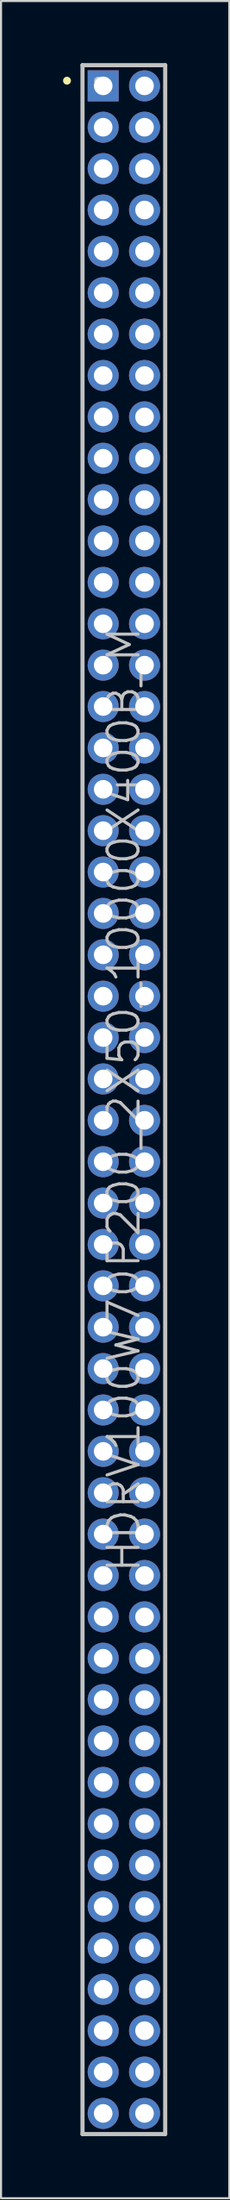
<source format=kicad_pcb>
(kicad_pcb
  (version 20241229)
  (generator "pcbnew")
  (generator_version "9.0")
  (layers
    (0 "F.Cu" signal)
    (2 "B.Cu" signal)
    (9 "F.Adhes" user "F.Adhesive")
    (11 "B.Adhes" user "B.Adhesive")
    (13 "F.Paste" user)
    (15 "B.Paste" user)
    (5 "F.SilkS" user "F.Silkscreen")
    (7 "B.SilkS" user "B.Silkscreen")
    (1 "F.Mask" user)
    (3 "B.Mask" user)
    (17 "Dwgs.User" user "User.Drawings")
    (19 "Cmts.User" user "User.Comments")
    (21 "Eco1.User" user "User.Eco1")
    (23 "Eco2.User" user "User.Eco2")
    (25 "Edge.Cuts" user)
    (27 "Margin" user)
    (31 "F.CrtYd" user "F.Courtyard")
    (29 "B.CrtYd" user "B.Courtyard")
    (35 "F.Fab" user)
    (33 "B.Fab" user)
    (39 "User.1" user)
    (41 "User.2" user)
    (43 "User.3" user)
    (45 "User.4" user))
  (footprint "HDRV100W70P200_2X50_10000X400B_M"
    (layer "F.Cu")
    (at 2.941 50.1)
    (property "Reference" "HDRV100W70P200_2X50_10000X400B_M" (at 0 0 90) (layer "Dwgs.User") (effects (font (size 1.5 1.5) (thickness 0.15))))
    (attr through_hole)
    (fp_line (start -2.75 -49.25) (end -2.75 -49.25) (stroke (width 0.381) (type solid)) (layer "F.SilkS"))
    (fp_line (start -2 -50) (end -2 50) (stroke (width 0.2) (type solid)) (layer "Dwgs.User"))
    (fp_line (start -2 -50) (end 2 -50) (stroke (width 0.2) (type solid)) (layer "Dwgs.User"))
    (fp_line (start -2 50) (end 2 50) (stroke (width 0.2) (type solid)) (layer "Dwgs.User"))
    (fp_line (start -1.25 -49.25) (end -1.25 -49.25) (stroke (width 0.381) (type solid)) (layer "Dwgs.User"))
    (fp_line (start 2 -50) (end 2 50) (stroke (width 0.2) (type solid)) (layer "Dwgs.User"))
    (pad "1" thru_hole rect (at -1 -49) (size 1.5 1.5) (drill 0.9) (layers "*.Cu" "*.Mask"))
    (pad "2" thru_hole circle (at 1 -49 270) (size 1.5 1.5) (drill 0.9) (layers "*.Cu" "*.Mask"))
    (pad "3" thru_hole circle (at -1 -47 270) (size 1.5 1.5) (drill 0.9) (layers "*.Cu" "*.Mask"))
    (pad "4" thru_hole circle (at 1 -47 270) (size 1.5 1.5) (drill 0.9) (layers "*.Cu" "*.Mask"))
    (pad "5" thru_hole circle (at -1 -45 270) (size 1.5 1.5) (drill 0.9) (layers "*.Cu" "*.Mask"))
    (pad "6" thru_hole circle (at 1 -45 270) (size 1.5 1.5) (drill 0.9) (layers "*.Cu" "*.Mask"))
    (pad "7" thru_hole circle (at -1 -43 270) (size 1.5 1.5) (drill 0.9) (layers "*.Cu" "*.Mask"))
    (pad "8" thru_hole circle (at 1 -43 270) (size 1.5 1.5) (drill 0.9) (layers "*.Cu" "*.Mask"))
    (pad "9" thru_hole circle (at -1 -41 270) (size 1.5 1.5) (drill 0.9) (layers "*.Cu" "*.Mask"))
    (pad "10" thru_hole circle (at 1 -41 270) (size 1.5 1.5) (drill 0.9) (layers "*.Cu" "*.Mask"))
    (pad "11" thru_hole circle (at -1 -39 270) (size 1.5 1.5) (drill 0.9) (layers "*.Cu" "*.Mask"))
    (pad "12" thru_hole circle (at 1 -39 270) (size 1.5 1.5) (drill 0.9) (layers "*.Cu" "*.Mask"))
    (pad "13" thru_hole circle (at -1 -37 270) (size 1.5 1.5) (drill 0.9) (layers "*.Cu" "*.Mask"))
    (pad "14" thru_hole circle (at 1 -37 270) (size 1.5 1.5) (drill 0.9) (layers "*.Cu" "*.Mask"))
    (pad "15" thru_hole circle (at -1 -35 270) (size 1.5 1.5) (drill 0.9) (layers "*.Cu" "*.Mask"))
    (pad "16" thru_hole circle (at 1 -35 270) (size 1.5 1.5) (drill 0.9) (layers "*.Cu" "*.Mask"))
    (pad "17" thru_hole circle (at -1 -33 270) (size 1.5 1.5) (drill 0.9) (layers "*.Cu" "*.Mask"))
    (pad "18" thru_hole circle (at 1 -33 270) (size 1.5 1.5) (drill 0.9) (layers "*.Cu" "*.Mask"))
    (pad "19" thru_hole circle (at -1 -31 270) (size 1.5 1.5) (drill 0.9) (layers "*.Cu" "*.Mask"))
    (pad "20" thru_hole circle (at 1 -31 270) (size 1.5 1.5) (drill 0.9) (layers "*.Cu" "*.Mask"))
    (pad "21" thru_hole circle (at -1 -29 270) (size 1.5 1.5) (drill 0.9) (layers "*.Cu" "*.Mask"))
    (pad "22" thru_hole circle (at 1 -29 270) (size 1.5 1.5) (drill 0.9) (layers "*.Cu" "*.Mask"))
    (pad "23" thru_hole circle (at -1 -27 270) (size 1.5 1.5) (drill 0.9) (layers "*.Cu" "*.Mask"))
    (pad "24" thru_hole circle (at 1 -27 270) (size 1.5 1.5) (drill 0.9) (layers "*.Cu" "*.Mask"))
    (pad "25" thru_hole circle (at -1 -25 270) (size 1.5 1.5) (drill 0.9) (layers "*.Cu" "*.Mask"))
    (pad "26" thru_hole circle (at 1 -25 270) (size 1.5 1.5) (drill 0.9) (layers "*.Cu" "*.Mask"))
    (pad "27" thru_hole circle (at -1 -23 270) (size 1.5 1.5) (drill 0.9) (layers "*.Cu" "*.Mask"))
    (pad "28" thru_hole circle (at 1 -23 270) (size 1.5 1.5) (drill 0.9) (layers "*.Cu" "*.Mask"))
    (pad "29" thru_hole circle (at -1 -21 270) (size 1.5 1.5) (drill 0.9) (layers "*.Cu" "*.Mask"))
    (pad "30" thru_hole circle (at 1 -21 270) (size 1.5 1.5) (drill 0.9) (layers "*.Cu" "*.Mask"))
    (pad "31" thru_hole circle (at -1 -19 270) (size 1.5 1.5) (drill 0.9) (layers "*.Cu" "*.Mask"))
    (pad "32" thru_hole circle (at 1 -19 270) (size 1.5 1.5) (drill 0.9) (layers "*.Cu" "*.Mask"))
    (pad "33" thru_hole circle (at -1 -17 270) (size 1.5 1.5) (drill 0.9) (layers "*.Cu" "*.Mask"))
    (pad "34" thru_hole circle (at 1 -17 270) (size 1.5 1.5) (drill 0.9) (layers "*.Cu" "*.Mask"))
    (pad "35" thru_hole circle (at -1 -15 270) (size 1.5 1.5) (drill 0.9) (layers "*.Cu" "*.Mask"))
    (pad "36" thru_hole circle (at 1 -15 270) (size 1.5 1.5) (drill 0.9) (layers "*.Cu" "*.Mask"))
    (pad "37" thru_hole circle (at -1 -13 270) (size 1.5 1.5) (drill 0.9) (layers "*.Cu" "*.Mask"))
    (pad "38" thru_hole circle (at 1 -13 270) (size 1.5 1.5) (drill 0.9) (layers "*.Cu" "*.Mask"))
    (pad "39" thru_hole circle (at -1 -11 270) (size 1.5 1.5) (drill 0.9) (layers "*.Cu" "*.Mask"))
    (pad "40" thru_hole circle (at 1 -11 270) (size 1.5 1.5) (drill 0.9) (layers "*.Cu" "*.Mask"))
    (pad "41" thru_hole circle (at -1 -9 270) (size 1.5 1.5) (drill 0.9) (layers "*.Cu" "*.Mask"))
    (pad "42" thru_hole circle (at 1 -9 270) (size 1.5 1.5) (drill 0.9) (layers "*.Cu" "*.Mask"))
    (pad "43" thru_hole circle (at -1 -7 270) (size 1.5 1.5) (drill 0.9) (layers "*.Cu" "*.Mask"))
    (pad "44" thru_hole circle (at 1 -7 270) (size 1.5 1.5) (drill 0.9) (layers "*.Cu" "*.Mask"))
    (pad "45" thru_hole circle (at -1 -5 270) (size 1.5 1.5) (drill 0.9) (layers "*.Cu" "*.Mask"))
    (pad "46" thru_hole circle (at 1 -5 270) (size 1.5 1.5) (drill 0.9) (layers "*.Cu" "*.Mask"))
    (pad "47" thru_hole circle (at -1 -3 270) (size 1.5 1.5) (drill 0.9) (layers "*.Cu" "*.Mask"))
    (pad "48" thru_hole circle (at 1 -3 270) (size 1.5 1.5) (drill 0.9) (layers "*.Cu" "*.Mask"))
    (pad "49" thru_hole circle (at -1 -1 270) (size 1.5 1.5) (drill 0.9) (layers "*.Cu" "*.Mask"))
    (pad "50" thru_hole circle (at 1 -1 270) (size 1.5 1.5) (drill 0.9) (layers "*.Cu" "*.Mask"))
    (pad "51" thru_hole circle (at -1 1 270) (size 1.5 1.5) (drill 0.9) (layers "*.Cu" "*.Mask"))
    (pad "52" thru_hole circle (at 1 1 270) (size 1.5 1.5) (drill 0.9) (layers "*.Cu" "*.Mask"))
    (pad "53" thru_hole circle (at -1 3 270) (size 1.5 1.5) (drill 0.9) (layers "*.Cu" "*.Mask"))
    (pad "54" thru_hole circle (at 1 3 270) (size 1.5 1.5) (drill 0.9) (layers "*.Cu" "*.Mask"))
    (pad "55" thru_hole circle (at -1 5 270) (size 1.5 1.5) (drill 0.9) (layers "*.Cu" "*.Mask"))
    (pad "56" thru_hole circle (at 1 5 270) (size 1.5 1.5) (drill 0.9) (layers "*.Cu" "*.Mask"))
    (pad "57" thru_hole circle (at -1 7 270) (size 1.5 1.5) (drill 0.9) (layers "*.Cu" "*.Mask"))
    (pad "58" thru_hole circle (at 1 7 270) (size 1.5 1.5) (drill 0.9) (layers "*.Cu" "*.Mask"))
    (pad "59" thru_hole circle (at -1 9 270) (size 1.5 1.5) (drill 0.9) (layers "*.Cu" "*.Mask"))
    (pad "60" thru_hole circle (at 1 9 270) (size 1.5 1.5) (drill 0.9) (layers "*.Cu" "*.Mask"))
    (pad "61" thru_hole circle (at -1 11 270) (size 1.5 1.5) (drill 0.9) (layers "*.Cu" "*.Mask"))
    (pad "62" thru_hole circle (at 1 11 270) (size 1.5 1.5) (drill 0.9) (layers "*.Cu" "*.Mask"))
    (pad "63" thru_hole circle (at -1 13 270) (size 1.5 1.5) (drill 0.9) (layers "*.Cu" "*.Mask"))
    (pad "64" thru_hole circle (at 1 13 270) (size 1.5 1.5) (drill 0.9) (layers "*.Cu" "*.Mask"))
    (pad "65" thru_hole circle (at -1 15 270) (size 1.5 1.5) (drill 0.9) (layers "*.Cu" "*.Mask"))
    (pad "66" thru_hole circle (at 1 15 270) (size 1.5 1.5) (drill 0.9) (layers "*.Cu" "*.Mask"))
    (pad "67" thru_hole circle (at -1 17 270) (size 1.5 1.5) (drill 0.9) (layers "*.Cu" "*.Mask"))
    (pad "68" thru_hole circle (at 1 17 270) (size 1.5 1.5) (drill 0.9) (layers "*.Cu" "*.Mask"))
    (pad "69" thru_hole circle (at -1 19 270) (size 1.5 1.5) (drill 0.9) (layers "*.Cu" "*.Mask"))
    (pad "70" thru_hole circle (at 1 19 270) (size 1.5 1.5) (drill 0.9) (layers "*.Cu" "*.Mask"))
    (pad "71" thru_hole circle (at -1 21 270) (size 1.5 1.5) (drill 0.9) (layers "*.Cu" "*.Mask"))
    (pad "72" thru_hole circle (at 1 21 270) (size 1.5 1.5) (drill 0.9) (layers "*.Cu" "*.Mask"))
    (pad "73" thru_hole circle (at -1 23 270) (size 1.5 1.5) (drill 0.9) (layers "*.Cu" "*.Mask"))
    (pad "74" thru_hole circle (at 1 23 270) (size 1.5 1.5) (drill 0.9) (layers "*.Cu" "*.Mask"))
    (pad "75" thru_hole circle (at -1 25 270) (size 1.5 1.5) (drill 0.9) (layers "*.Cu" "*.Mask"))
    (pad "76" thru_hole circle (at 1 25 270) (size 1.5 1.5) (drill 0.9) (layers "*.Cu" "*.Mask"))
    (pad "77" thru_hole circle (at -1 27 270) (size 1.5 1.5) (drill 0.9) (layers "*.Cu" "*.Mask"))
    (pad "78" thru_hole circle (at 1 27 270) (size 1.5 1.5) (drill 0.9) (layers "*.Cu" "*.Mask"))
    (pad "79" thru_hole circle (at -1 29 270) (size 1.5 1.5) (drill 0.9) (layers "*.Cu" "*.Mask"))
    (pad "80" thru_hole circle (at 1 29 270) (size 1.5 1.5) (drill 0.9) (layers "*.Cu" "*.Mask"))
    (pad "81" thru_hole circle (at -1 31 270) (size 1.5 1.5) (drill 0.9) (layers "*.Cu" "*.Mask"))
    (pad "82" thru_hole circle (at 1 31 270) (size 1.5 1.5) (drill 0.9) (layers "*.Cu" "*.Mask"))
    (pad "83" thru_hole circle (at -1 33 270) (size 1.5 1.5) (drill 0.9) (layers "*.Cu" "*.Mask"))
    (pad "84" thru_hole circle (at 1 33 270) (size 1.5 1.5) (drill 0.9) (layers "*.Cu" "*.Mask"))
    (pad "85" thru_hole circle (at -1 35 270) (size 1.5 1.5) (drill 0.9) (layers "*.Cu" "*.Mask"))
    (pad "86" thru_hole circle (at 1 35 270) (size 1.5 1.5) (drill 0.9) (layers "*.Cu" "*.Mask"))
    (pad "87" thru_hole circle (at -1 37 270) (size 1.5 1.5) (drill 0.9) (layers "*.Cu" "*.Mask"))
    (pad "88" thru_hole circle (at 1 37 270) (size 1.5 1.5) (drill 0.9) (layers "*.Cu" "*.Mask"))
    (pad "89" thru_hole circle (at -1 39 270) (size 1.5 1.5) (drill 0.9) (layers "*.Cu" "*.Mask"))
    (pad "90" thru_hole circle (at 1 39 270) (size 1.5 1.5) (drill 0.9) (layers "*.Cu" "*.Mask"))
    (pad "91" thru_hole circle (at -1 41 270) (size 1.5 1.5) (drill 0.9) (layers "*.Cu" "*.Mask"))
    (pad "92" thru_hole circle (at 1 41 270) (size 1.5 1.5) (drill 0.9) (layers "*.Cu" "*.Mask"))
    (pad "93" thru_hole circle (at -1 43 270) (size 1.5 1.5) (drill 0.9) (layers "*.Cu" "*.Mask"))
    (pad "94" thru_hole circle (at 1 43 270) (size 1.5 1.5) (drill 0.9) (layers "*.Cu" "*.Mask"))
    (pad "95" thru_hole circle (at -1 45 270) (size 1.5 1.5) (drill 0.9) (layers "*.Cu" "*.Mask"))
    (pad "96" thru_hole circle (at 1 45 270) (size 1.5 1.5) (drill 0.9) (layers "*.Cu" "*.Mask"))
    (pad "97" thru_hole circle (at -1 47 270) (size 1.5 1.5) (drill 0.9) (layers "*.Cu" "*.Mask"))
    (pad "98" thru_hole circle (at 1 47 270) (size 1.5 1.5) (drill 0.9) (layers "*.Cu" "*.Mask"))
    (pad "99" thru_hole circle (at -1 49 270) (size 1.5 1.5) (drill 0.9) (layers "*.Cu" "*.Mask"))
    (pad "100" thru_hole circle (at 1 49 270) (size 1.5 1.5) (drill 0.9) (layers "*.Cu" "*.Mask")))
  (gr_rect
    (start -3 -3)
    (end 8.04 103.2)
    (stroke (width 0.1) (type default))
    (fill no)
    (layer "Edge.Cuts")))
</source>
